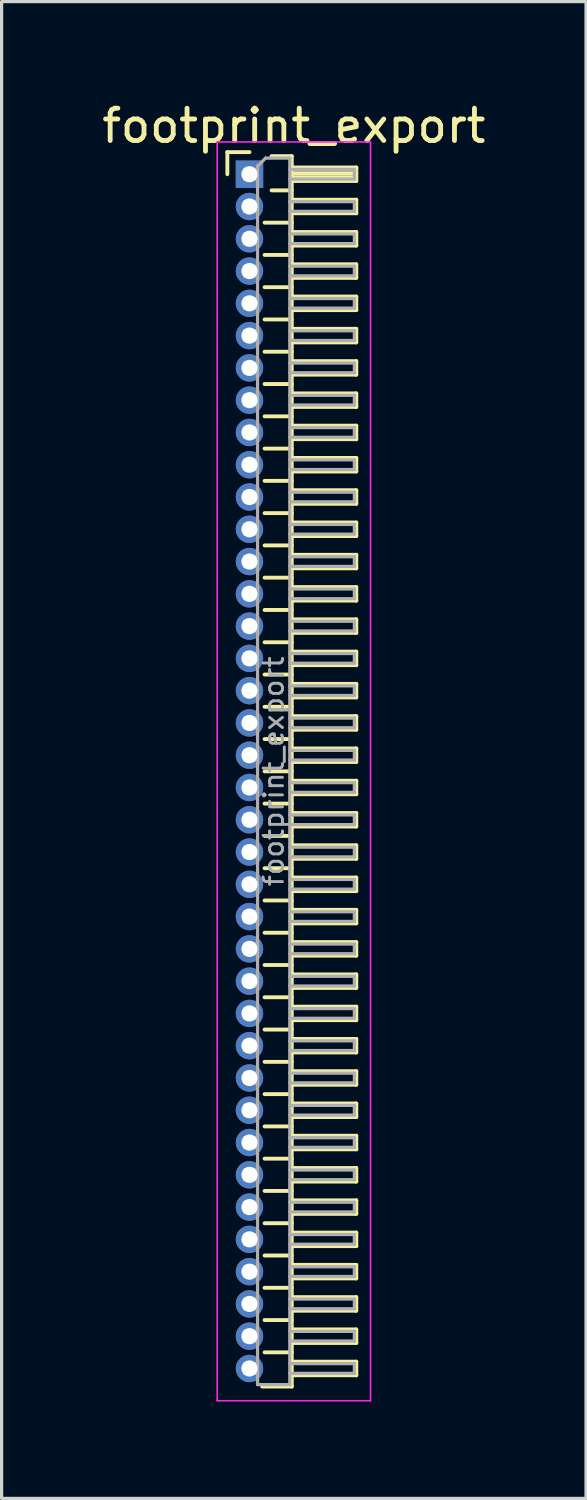
<source format=kicad_pcb>
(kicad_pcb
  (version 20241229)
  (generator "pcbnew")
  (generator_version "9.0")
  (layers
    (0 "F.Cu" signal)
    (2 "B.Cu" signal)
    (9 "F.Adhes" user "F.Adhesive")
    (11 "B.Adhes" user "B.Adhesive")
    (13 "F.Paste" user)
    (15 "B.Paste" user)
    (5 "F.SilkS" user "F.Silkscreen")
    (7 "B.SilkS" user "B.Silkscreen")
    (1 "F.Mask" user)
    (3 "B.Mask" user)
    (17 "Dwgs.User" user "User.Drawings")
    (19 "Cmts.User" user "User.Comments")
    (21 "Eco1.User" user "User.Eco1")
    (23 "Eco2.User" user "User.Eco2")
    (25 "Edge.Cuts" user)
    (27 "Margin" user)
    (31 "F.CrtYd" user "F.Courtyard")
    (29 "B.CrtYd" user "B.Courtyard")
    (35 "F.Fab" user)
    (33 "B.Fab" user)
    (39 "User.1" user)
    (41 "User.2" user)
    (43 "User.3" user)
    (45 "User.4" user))
  (footprint "footprint_export"
    (layer "F.Cu")
    (at 4.679 2.348)
    (property "Reference" "footprint_export" (at 1.375 -1.5 0) (layer "F.SilkS") (effects (font (size 1 1) (thickness 0.15))))
    (attr through_hole)
    (fp_line (start -0.685 -0.685) (end 0 -0.685) (stroke (width 0.12) (type solid)) (layer "F.SilkS"))
    (fp_line (start -0.685 0) (end -0.685 -0.685) (stroke (width 0.12) (type solid)) (layer "F.SilkS"))
    (fp_line (start 0.468 1.5) (end 1.31 1.5) (stroke (width 0.12) (type solid)) (layer "F.SilkS"))
    (fp_line (start 0.468 2.5) (end 1.31 2.5) (stroke (width 0.12) (type solid)) (layer "F.SilkS"))
    (fp_line (start 0.468 3.5) (end 1.31 3.5) (stroke (width 0.12) (type solid)) (layer "F.SilkS"))
    (fp_line (start 0.468 4.5) (end 1.31 4.5) (stroke (width 0.12) (type solid)) (layer "F.SilkS"))
    (fp_line (start 0.468 5.5) (end 1.31 5.5) (stroke (width 0.12) (type solid)) (layer "F.SilkS"))
    (fp_line (start 0.468 6.5) (end 1.31 6.5) (stroke (width 0.12) (type solid)) (layer "F.SilkS"))
    (fp_line (start 0.468 7.5) (end 1.31 7.5) (stroke (width 0.12) (type solid)) (layer "F.SilkS"))
    (fp_line (start 0.468 8.5) (end 1.31 8.5) (stroke (width 0.12) (type solid)) (layer "F.SilkS"))
    (fp_line (start 0.468 9.5) (end 1.31 9.5) (stroke (width 0.12) (type solid)) (layer "F.SilkS"))
    (fp_line (start 0.468 10.5) (end 1.31 10.5) (stroke (width 0.12) (type solid)) (layer "F.SilkS"))
    (fp_line (start 0.468 11.5) (end 1.31 11.5) (stroke (width 0.12) (type solid)) (layer "F.SilkS"))
    (fp_line (start 0.468 12.5) (end 1.31 12.5) (stroke (width 0.12) (type solid)) (layer "F.SilkS"))
    (fp_line (start 0.468 13.5) (end 1.31 13.5) (stroke (width 0.12) (type solid)) (layer "F.SilkS"))
    (fp_line (start 0.468 14.5) (end 1.31 14.5) (stroke (width 0.12) (type solid)) (layer "F.SilkS"))
    (fp_line (start 0.468 15.5) (end 1.31 15.5) (stroke (width 0.12) (type solid)) (layer "F.SilkS"))
    (fp_line (start 0.468 16.5) (end 1.31 16.5) (stroke (width 0.12) (type solid)) (layer "F.SilkS"))
    (fp_line (start 0.468 17.5) (end 1.31 17.5) (stroke (width 0.12) (type solid)) (layer "F.SilkS"))
    (fp_line (start 0.468 18.5) (end 1.31 18.5) (stroke (width 0.12) (type solid)) (layer "F.SilkS"))
    (fp_line (start 0.468 19.5) (end 1.31 19.5) (stroke (width 0.12) (type solid)) (layer "F.SilkS"))
    (fp_line (start 0.468 20.5) (end 1.31 20.5) (stroke (width 0.12) (type solid)) (layer "F.SilkS"))
    (fp_line (start 0.468 21.5) (end 1.31 21.5) (stroke (width 0.12) (type solid)) (layer "F.SilkS"))
    (fp_line (start 0.468 22.5) (end 1.31 22.5) (stroke (width 0.12) (type solid)) (layer "F.SilkS"))
    (fp_line (start 0.468 23.5) (end 1.31 23.5) (stroke (width 0.12) (type solid)) (layer "F.SilkS"))
    (fp_line (start 0.468 24.5) (end 1.31 24.5) (stroke (width 0.12) (type solid)) (layer "F.SilkS"))
    (fp_line (start 0.468 25.5) (end 1.31 25.5) (stroke (width 0.12) (type solid)) (layer "F.SilkS"))
    (fp_line (start 0.468 26.5) (end 1.31 26.5) (stroke (width 0.12) (type solid)) (layer "F.SilkS"))
    (fp_line (start 0.468 27.5) (end 1.31 27.5) (stroke (width 0.12) (type solid)) (layer "F.SilkS"))
    (fp_line (start 0.468 28.5) (end 1.31 28.5) (stroke (width 0.12) (type solid)) (layer "F.SilkS"))
    (fp_line (start 0.468 29.5) (end 1.31 29.5) (stroke (width 0.12) (type solid)) (layer "F.SilkS"))
    (fp_line (start 0.468 30.5) (end 1.31 30.5) (stroke (width 0.12) (type solid)) (layer "F.SilkS"))
    (fp_line (start 0.468 31.5) (end 1.31 31.5) (stroke (width 0.12) (type solid)) (layer "F.SilkS"))
    (fp_line (start 0.468 32.5) (end 1.31 32.5) (stroke (width 0.12) (type solid)) (layer "F.SilkS"))
    (fp_line (start 0.468 33.5) (end 1.31 33.5) (stroke (width 0.12) (type solid)) (layer "F.SilkS"))
    (fp_line (start 0.468 34.5) (end 1.31 34.5) (stroke (width 0.12) (type solid)) (layer "F.SilkS"))
    (fp_line (start 0.468 35.5) (end 1.31 35.5) (stroke (width 0.12) (type solid)) (layer "F.SilkS"))
    (fp_line (start 0.468 36.5) (end 1.31 36.5) (stroke (width 0.12) (type solid)) (layer "F.SilkS"))
    (fp_line (start 0.685 -0.56) (end 1.31 -0.56) (stroke (width 0.12) (type solid)) (layer "F.SilkS"))
    (fp_line (start 0.685 0.5) (end 1.31 0.5) (stroke (width 0.12) (type solid)) (layer "F.SilkS"))
    (fp_line (start 1.31 -0.56) (end 1.31 37.56) (stroke (width 0.12) (type solid)) (layer "F.SilkS"))
    (fp_line (start 1.31 -0.21) (end 3.31 -0.21) (stroke (width 0.12) (type solid)) (layer "F.SilkS"))
    (fp_line (start 1.31 -0.15) (end 3.31 -0.15) (stroke (width 0.12) (type solid)) (layer "F.SilkS"))
    (fp_line (start 1.31 -0.03) (end 3.31 -0.03) (stroke (width 0.12) (type solid)) (layer "F.SilkS"))
    (fp_line (start 1.31 0.09) (end 3.31 0.09) (stroke (width 0.12) (type solid)) (layer "F.SilkS"))
    (fp_line (start 1.31 0.79) (end 3.31 0.79) (stroke (width 0.12) (type solid)) (layer "F.SilkS"))
    (fp_line (start 1.31 1.79) (end 3.31 1.79) (stroke (width 0.12) (type solid)) (layer "F.SilkS"))
    (fp_line (start 1.31 2.79) (end 3.31 2.79) (stroke (width 0.12) (type solid)) (layer "F.SilkS"))
    (fp_line (start 1.31 3.79) (end 3.31 3.79) (stroke (width 0.12) (type solid)) (layer "F.SilkS"))
    (fp_line (start 1.31 4.79) (end 3.31 4.79) (stroke (width 0.12) (type solid)) (layer "F.SilkS"))
    (fp_line (start 1.31 5.79) (end 3.31 5.79) (stroke (width 0.12) (type solid)) (layer "F.SilkS"))
    (fp_line (start 1.31 6.79) (end 3.31 6.79) (stroke (width 0.12) (type solid)) (layer "F.SilkS"))
    (fp_line (start 1.31 7.79) (end 3.31 7.79) (stroke (width 0.12) (type solid)) (layer "F.SilkS"))
    (fp_line (start 1.31 8.79) (end 3.31 8.79) (stroke (width 0.12) (type solid)) (layer "F.SilkS"))
    (fp_line (start 1.31 9.79) (end 3.31 9.79) (stroke (width 0.12) (type solid)) (layer "F.SilkS"))
    (fp_line (start 1.31 10.79) (end 3.31 10.79) (stroke (width 0.12) (type solid)) (layer "F.SilkS"))
    (fp_line (start 1.31 11.79) (end 3.31 11.79) (stroke (width 0.12) (type solid)) (layer "F.SilkS"))
    (fp_line (start 1.31 12.79) (end 3.31 12.79) (stroke (width 0.12) (type solid)) (layer "F.SilkS"))
    (fp_line (start 1.31 13.79) (end 3.31 13.79) (stroke (width 0.12) (type solid)) (layer "F.SilkS"))
    (fp_line (start 1.31 14.79) (end 3.31 14.79) (stroke (width 0.12) (type solid)) (layer "F.SilkS"))
    (fp_line (start 1.31 15.79) (end 3.31 15.79) (stroke (width 0.12) (type solid)) (layer "F.SilkS"))
    (fp_line (start 1.31 16.79) (end 3.31 16.79) (stroke (width 0.12) (type solid)) (layer "F.SilkS"))
    (fp_line (start 1.31 17.79) (end 3.31 17.79) (stroke (width 0.12) (type solid)) (layer "F.SilkS"))
    (fp_line (start 1.31 18.79) (end 3.31 18.79) (stroke (width 0.12) (type solid)) (layer "F.SilkS"))
    (fp_line (start 1.31 19.79) (end 3.31 19.79) (stroke (width 0.12) (type solid)) (layer "F.SilkS"))
    (fp_line (start 1.31 20.79) (end 3.31 20.79) (stroke (width 0.12) (type solid)) (layer "F.SilkS"))
    (fp_line (start 1.31 21.79) (end 3.31 21.79) (stroke (width 0.12) (type solid)) (layer "F.SilkS"))
    (fp_line (start 1.31 22.79) (end 3.31 22.79) (stroke (width 0.12) (type solid)) (layer "F.SilkS"))
    (fp_line (start 1.31 23.79) (end 3.31 23.79) (stroke (width 0.12) (type solid)) (layer "F.SilkS"))
    (fp_line (start 1.31 24.79) (end 3.31 24.79) (stroke (width 0.12) (type solid)) (layer "F.SilkS"))
    (fp_line (start 1.31 25.79) (end 3.31 25.79) (stroke (width 0.12) (type solid)) (layer "F.SilkS"))
    (fp_line (start 1.31 26.79) (end 3.31 26.79) (stroke (width 0.12) (type solid)) (layer "F.SilkS"))
    (fp_line (start 1.31 27.79) (end 3.31 27.79) (stroke (width 0.12) (type solid)) (layer "F.SilkS"))
    (fp_line (start 1.31 28.79) (end 3.31 28.79) (stroke (width 0.12) (type solid)) (layer "F.SilkS"))
    (fp_line (start 1.31 29.79) (end 3.31 29.79) (stroke (width 0.12) (type solid)) (layer "F.SilkS"))
    (fp_line (start 1.31 30.79) (end 3.31 30.79) (stroke (width 0.12) (type solid)) (layer "F.SilkS"))
    (fp_line (start 1.31 31.79) (end 3.31 31.79) (stroke (width 0.12) (type solid)) (layer "F.SilkS"))
    (fp_line (start 1.31 32.79) (end 3.31 32.79) (stroke (width 0.12) (type solid)) (layer "F.SilkS"))
    (fp_line (start 1.31 33.79) (end 3.31 33.79) (stroke (width 0.12) (type solid)) (layer "F.SilkS"))
    (fp_line (start 1.31 34.79) (end 3.31 34.79) (stroke (width 0.12) (type solid)) (layer "F.SilkS"))
    (fp_line (start 1.31 35.79) (end 3.31 35.79) (stroke (width 0.12) (type solid)) (layer "F.SilkS"))
    (fp_line (start 1.31 36.79) (end 3.31 36.79) (stroke (width 0.12) (type solid)) (layer "F.SilkS"))
    (fp_line (start 1.31 37.56) (end 0.394 37.56) (stroke (width 0.12) (type solid)) (layer "F.SilkS"))
    (fp_line (start 3.31 -0.21) (end 3.31 0.21) (stroke (width 0.12) (type solid)) (layer "F.SilkS"))
    (fp_line (start 3.31 0.21) (end 1.31 0.21) (stroke (width 0.12) (type solid)) (layer "F.SilkS"))
    (fp_line (start 3.31 0.79) (end 3.31 1.21) (stroke (width 0.12) (type solid)) (layer "F.SilkS"))
    (fp_line (start 3.31 1.21) (end 1.31 1.21) (stroke (width 0.12) (type solid)) (layer "F.SilkS"))
    (fp_line (start 3.31 1.79) (end 3.31 2.21) (stroke (width 0.12) (type solid)) (layer "F.SilkS"))
    (fp_line (start 3.31 2.21) (end 1.31 2.21) (stroke (width 0.12) (type solid)) (layer "F.SilkS"))
    (fp_line (start 3.31 2.79) (end 3.31 3.21) (stroke (width 0.12) (type solid)) (layer "F.SilkS"))
    (fp_line (start 3.31 3.21) (end 1.31 3.21) (stroke (width 0.12) (type solid)) (layer "F.SilkS"))
    (fp_line (start 3.31 3.79) (end 3.31 4.21) (stroke (width 0.12) (type solid)) (layer "F.SilkS"))
    (fp_line (start 3.31 4.21) (end 1.31 4.21) (stroke (width 0.12) (type solid)) (layer "F.SilkS"))
    (fp_line (start 3.31 4.79) (end 3.31 5.21) (stroke (width 0.12) (type solid)) (layer "F.SilkS"))
    (fp_line (start 3.31 5.21) (end 1.31 5.21) (stroke (width 0.12) (type solid)) (layer "F.SilkS"))
    (fp_line (start 3.31 5.79) (end 3.31 6.21) (stroke (width 0.12) (type solid)) (layer "F.SilkS"))
    (fp_line (start 3.31 6.21) (end 1.31 6.21) (stroke (width 0.12) (type solid)) (layer "F.SilkS"))
    (fp_line (start 3.31 6.79) (end 3.31 7.21) (stroke (width 0.12) (type solid)) (layer "F.SilkS"))
    (fp_line (start 3.31 7.21) (end 1.31 7.21) (stroke (width 0.12) (type solid)) (layer "F.SilkS"))
    (fp_line (start 3.31 7.79) (end 3.31 8.21) (stroke (width 0.12) (type solid)) (layer "F.SilkS"))
    (fp_line (start 3.31 8.21) (end 1.31 8.21) (stroke (width 0.12) (type solid)) (layer "F.SilkS"))
    (fp_line (start 3.31 8.79) (end 3.31 9.21) (stroke (width 0.12) (type solid)) (layer "F.SilkS"))
    (fp_line (start 3.31 9.21) (end 1.31 9.21) (stroke (width 0.12) (type solid)) (layer "F.SilkS"))
    (fp_line (start 3.31 9.79) (end 3.31 10.21) (stroke (width 0.12) (type solid)) (layer "F.SilkS"))
    (fp_line (start 3.31 10.21) (end 1.31 10.21) (stroke (width 0.12) (type solid)) (layer "F.SilkS"))
    (fp_line (start 3.31 10.79) (end 3.31 11.21) (stroke (width 0.12) (type solid)) (layer "F.SilkS"))
    (fp_line (start 3.31 11.21) (end 1.31 11.21) (stroke (width 0.12) (type solid)) (layer "F.SilkS"))
    (fp_line (start 3.31 11.79) (end 3.31 12.21) (stroke (width 0.12) (type solid)) (layer "F.SilkS"))
    (fp_line (start 3.31 12.21) (end 1.31 12.21) (stroke (width 0.12) (type solid)) (layer "F.SilkS"))
    (fp_line (start 3.31 12.79) (end 3.31 13.21) (stroke (width 0.12) (type solid)) (layer "F.SilkS"))
    (fp_line (start 3.31 13.21) (end 1.31 13.21) (stroke (width 0.12) (type solid)) (layer "F.SilkS"))
    (fp_line (start 3.31 13.79) (end 3.31 14.21) (stroke (width 0.12) (type solid)) (layer "F.SilkS"))
    (fp_line (start 3.31 14.21) (end 1.31 14.21) (stroke (width 0.12) (type solid)) (layer "F.SilkS"))
    (fp_line (start 3.31 14.79) (end 3.31 15.21) (stroke (width 0.12) (type solid)) (layer "F.SilkS"))
    (fp_line (start 3.31 15.21) (end 1.31 15.21) (stroke (width 0.12) (type solid)) (layer "F.SilkS"))
    (fp_line (start 3.31 15.79) (end 3.31 16.21) (stroke (width 0.12) (type solid)) (layer "F.SilkS"))
    (fp_line (start 3.31 16.21) (end 1.31 16.21) (stroke (width 0.12) (type solid)) (layer "F.SilkS"))
    (fp_line (start 3.31 16.79) (end 3.31 17.21) (stroke (width 0.12) (type solid)) (layer "F.SilkS"))
    (fp_line (start 3.31 17.21) (end 1.31 17.21) (stroke (width 0.12) (type solid)) (layer "F.SilkS"))
    (fp_line (start 3.31 17.79) (end 3.31 18.21) (stroke (width 0.12) (type solid)) (layer "F.SilkS"))
    (fp_line (start 3.31 18.21) (end 1.31 18.21) (stroke (width 0.12) (type solid)) (layer "F.SilkS"))
    (fp_line (start 3.31 18.79) (end 3.31 19.21) (stroke (width 0.12) (type solid)) (layer "F.SilkS"))
    (fp_line (start 3.31 19.21) (end 1.31 19.21) (stroke (width 0.12) (type solid)) (layer "F.SilkS"))
    (fp_line (start 3.31 19.79) (end 3.31 20.21) (stroke (width 0.12) (type solid)) (layer "F.SilkS"))
    (fp_line (start 3.31 20.21) (end 1.31 20.21) (stroke (width 0.12) (type solid)) (layer "F.SilkS"))
    (fp_line (start 3.31 20.79) (end 3.31 21.21) (stroke (width 0.12) (type solid)) (layer "F.SilkS"))
    (fp_line (start 3.31 21.21) (end 1.31 21.21) (stroke (width 0.12) (type solid)) (layer "F.SilkS"))
    (fp_line (start 3.31 21.79) (end 3.31 22.21) (stroke (width 0.12) (type solid)) (layer "F.SilkS"))
    (fp_line (start 3.31 22.21) (end 1.31 22.21) (stroke (width 0.12) (type solid)) (layer "F.SilkS"))
    (fp_line (start 3.31 22.79) (end 3.31 23.21) (stroke (width 0.12) (type solid)) (layer "F.SilkS"))
    (fp_line (start 3.31 23.21) (end 1.31 23.21) (stroke (width 0.12) (type solid)) (layer "F.SilkS"))
    (fp_line (start 3.31 23.79) (end 3.31 24.21) (stroke (width 0.12) (type solid)) (layer "F.SilkS"))
    (fp_line (start 3.31 24.21) (end 1.31 24.21) (stroke (width 0.12) (type solid)) (layer "F.SilkS"))
    (fp_line (start 3.31 24.79) (end 3.31 25.21) (stroke (width 0.12) (type solid)) (layer "F.SilkS"))
    (fp_line (start 3.31 25.21) (end 1.31 25.21) (stroke (width 0.12) (type solid)) (layer "F.SilkS"))
    (fp_line (start 3.31 25.79) (end 3.31 26.21) (stroke (width 0.12) (type solid)) (layer "F.SilkS"))
    (fp_line (start 3.31 26.21) (end 1.31 26.21) (stroke (width 0.12) (type solid)) (layer "F.SilkS"))
    (fp_line (start 3.31 26.79) (end 3.31 27.21) (stroke (width 0.12) (type solid)) (layer "F.SilkS"))
    (fp_line (start 3.31 27.21) (end 1.31 27.21) (stroke (width 0.12) (type solid)) (layer "F.SilkS"))
    (fp_line (start 3.31 27.79) (end 3.31 28.21) (stroke (width 0.12) (type solid)) (layer "F.SilkS"))
    (fp_line (start 3.31 28.21) (end 1.31 28.21) (stroke (width 0.12) (type solid)) (layer "F.SilkS"))
    (fp_line (start 3.31 28.79) (end 3.31 29.21) (stroke (width 0.12) (type solid)) (layer "F.SilkS"))
    (fp_line (start 3.31 29.21) (end 1.31 29.21) (stroke (width 0.12) (type solid)) (layer "F.SilkS"))
    (fp_line (start 3.31 29.79) (end 3.31 30.21) (stroke (width 0.12) (type solid)) (layer "F.SilkS"))
    (fp_line (start 3.31 30.21) (end 1.31 30.21) (stroke (width 0.12) (type solid)) (layer "F.SilkS"))
    (fp_line (start 3.31 30.79) (end 3.31 31.21) (stroke (width 0.12) (type solid)) (layer "F.SilkS"))
    (fp_line (start 3.31 31.21) (end 1.31 31.21) (stroke (width 0.12) (type solid)) (layer "F.SilkS"))
    (fp_line (start 3.31 31.79) (end 3.31 32.21) (stroke (width 0.12) (type solid)) (layer "F.SilkS"))
    (fp_line (start 3.31 32.21) (end 1.31 32.21) (stroke (width 0.12) (type solid)) (layer "F.SilkS"))
    (fp_line (start 3.31 32.79) (end 3.31 33.21) (stroke (width 0.12) (type solid)) (layer "F.SilkS"))
    (fp_line (start 3.31 33.21) (end 1.31 33.21) (stroke (width 0.12) (type solid)) (layer "F.SilkS"))
    (fp_line (start 3.31 33.79) (end 3.31 34.21) (stroke (width 0.12) (type solid)) (layer "F.SilkS"))
    (fp_line (start 3.31 34.21) (end 1.31 34.21) (stroke (width 0.12) (type solid)) (layer "F.SilkS"))
    (fp_line (start 3.31 34.79) (end 3.31 35.21) (stroke (width 0.12) (type solid)) (layer "F.SilkS"))
    (fp_line (start 3.31 35.21) (end 1.31 35.21) (stroke (width 0.12) (type solid)) (layer "F.SilkS"))
    (fp_line (start 3.31 35.79) (end 3.31 36.21) (stroke (width 0.12) (type solid)) (layer "F.SilkS"))
    (fp_line (start 3.31 36.21) (end 1.31 36.21) (stroke (width 0.12) (type solid)) (layer "F.SilkS"))
    (fp_line (start 3.31 36.79) (end 3.31 37.21) (stroke (width 0.12) (type solid)) (layer "F.SilkS"))
    (fp_line (start 3.31 37.21) (end 1.31 37.21) (stroke (width 0.12) (type solid)) (layer "F.SilkS"))
    (fp_line (start -1 -1) (end -1 38) (stroke (width 0.05) (type solid)) (layer "F.CrtYd"))
    (fp_line (start -1 38) (end 3.75 38) (stroke (width 0.05) (type solid)) (layer "F.CrtYd"))
    (fp_line (start 3.75 -1) (end -1 -1) (stroke (width 0.05) (type solid)) (layer "F.CrtYd"))
    (fp_line (start 3.75 38) (end 3.75 -1) (stroke (width 0.05) (type solid)) (layer "F.CrtYd"))
    (fp_line (start -0.15 -0.15) (end -0.15 0.15) (stroke (width 0.1) (type solid)) (layer "F.Fab"))
    (fp_line (start -0.15 -0.15) (end 0.25 -0.15) (stroke (width 0.1) (type solid)) (layer "F.Fab"))
    (fp_line (start -0.15 0.15) (end 0.25 0.15) (stroke (width 0.1) (type solid)) (layer "F.Fab"))
    (fp_line (start -0.15 0.85) (end -0.15 1.15) (stroke (width 0.1) (type solid)) (layer "F.Fab"))
    (fp_line (start -0.15 0.85) (end 0.25 0.85) (stroke (width 0.1) (type solid)) (layer "F.Fab"))
    (fp_line (start -0.15 1.15) (end 0.25 1.15) (stroke (width 0.1) (type solid)) (layer "F.Fab"))
    (fp_line (start -0.15 1.85) (end -0.15 2.15) (stroke (width 0.1) (type solid)) (layer "F.Fab"))
    (fp_line (start -0.15 1.85) (end 0.25 1.85) (stroke (width 0.1) (type solid)) (layer "F.Fab"))
    (fp_line (start -0.15 2.15) (end 0.25 2.15) (stroke (width 0.1) (type solid)) (layer "F.Fab"))
    (fp_line (start -0.15 2.85) (end -0.15 3.15) (stroke (width 0.1) (type solid)) (layer "F.Fab"))
    (fp_line (start -0.15 2.85) (end 0.25 2.85) (stroke (width 0.1) (type solid)) (layer "F.Fab"))
    (fp_line (start -0.15 3.15) (end 0.25 3.15) (stroke (width 0.1) (type solid)) (layer "F.Fab"))
    (fp_line (start -0.15 3.85) (end -0.15 4.15) (stroke (width 0.1) (type solid)) (layer "F.Fab"))
    (fp_line (start -0.15 3.85) (end 0.25 3.85) (stroke (width 0.1) (type solid)) (layer "F.Fab"))
    (fp_line (start -0.15 4.15) (end 0.25 4.15) (stroke (width 0.1) (type solid)) (layer "F.Fab"))
    (fp_line (start -0.15 4.85) (end -0.15 5.15) (stroke (width 0.1) (type solid)) (layer "F.Fab"))
    (fp_line (start -0.15 4.85) (end 0.25 4.85) (stroke (width 0.1) (type solid)) (layer "F.Fab"))
    (fp_line (start -0.15 5.15) (end 0.25 5.15) (stroke (width 0.1) (type solid)) (layer "F.Fab"))
    (fp_line (start -0.15 5.85) (end -0.15 6.15) (stroke (width 0.1) (type solid)) (layer "F.Fab"))
    (fp_line (start -0.15 5.85) (end 0.25 5.85) (stroke (width 0.1) (type solid)) (layer "F.Fab"))
    (fp_line (start -0.15 6.15) (end 0.25 6.15) (stroke (width 0.1) (type solid)) (layer "F.Fab"))
    (fp_line (start -0.15 6.85) (end -0.15 7.15) (stroke (width 0.1) (type solid)) (layer "F.Fab"))
    (fp_line (start -0.15 6.85) (end 0.25 6.85) (stroke (width 0.1) (type solid)) (layer "F.Fab"))
    (fp_line (start -0.15 7.15) (end 0.25 7.15) (stroke (width 0.1) (type solid)) (layer "F.Fab"))
    (fp_line (start -0.15 7.85) (end -0.15 8.15) (stroke (width 0.1) (type solid)) (layer "F.Fab"))
    (fp_line (start -0.15 7.85) (end 0.25 7.85) (stroke (width 0.1) (type solid)) (layer "F.Fab"))
    (fp_line (start -0.15 8.15) (end 0.25 8.15) (stroke (width 0.1) (type solid)) (layer "F.Fab"))
    (fp_line (start -0.15 8.85) (end -0.15 9.15) (stroke (width 0.1) (type solid)) (layer "F.Fab"))
    (fp_line (start -0.15 8.85) (end 0.25 8.85) (stroke (width 0.1) (type solid)) (layer "F.Fab"))
    (fp_line (start -0.15 9.15) (end 0.25 9.15) (stroke (width 0.1) (type solid)) (layer "F.Fab"))
    (fp_line (start -0.15 9.85) (end -0.15 10.15) (stroke (width 0.1) (type solid)) (layer "F.Fab"))
    (fp_line (start -0.15 9.85) (end 0.25 9.85) (stroke (width 0.1) (type solid)) (layer "F.Fab"))
    (fp_line (start -0.15 10.15) (end 0.25 10.15) (stroke (width 0.1) (type solid)) (layer "F.Fab"))
    (fp_line (start -0.15 10.85) (end -0.15 11.15) (stroke (width 0.1) (type solid)) (layer "F.Fab"))
    (fp_line (start -0.15 10.85) (end 0.25 10.85) (stroke (width 0.1) (type solid)) (layer "F.Fab"))
    (fp_line (start -0.15 11.15) (end 0.25 11.15) (stroke (width 0.1) (type solid)) (layer "F.Fab"))
    (fp_line (start -0.15 11.85) (end -0.15 12.15) (stroke (width 0.1) (type solid)) (layer "F.Fab"))
    (fp_line (start -0.15 11.85) (end 0.25 11.85) (stroke (width 0.1) (type solid)) (layer "F.Fab"))
    (fp_line (start -0.15 12.15) (end 0.25 12.15) (stroke (width 0.1) (type solid)) (layer "F.Fab"))
    (fp_line (start -0.15 12.85) (end -0.15 13.15) (stroke (width 0.1) (type solid)) (layer "F.Fab"))
    (fp_line (start -0.15 12.85) (end 0.25 12.85) (stroke (width 0.1) (type solid)) (layer "F.Fab"))
    (fp_line (start -0.15 13.15) (end 0.25 13.15) (stroke (width 0.1) (type solid)) (layer "F.Fab"))
    (fp_line (start -0.15 13.85) (end -0.15 14.15) (stroke (width 0.1) (type solid)) (layer "F.Fab"))
    (fp_line (start -0.15 13.85) (end 0.25 13.85) (stroke (width 0.1) (type solid)) (layer "F.Fab"))
    (fp_line (start -0.15 14.15) (end 0.25 14.15) (stroke (width 0.1) (type solid)) (layer "F.Fab"))
    (fp_line (start -0.15 14.85) (end -0.15 15.15) (stroke (width 0.1) (type solid)) (layer "F.Fab"))
    (fp_line (start -0.15 14.85) (end 0.25 14.85) (stroke (width 0.1) (type solid)) (layer "F.Fab"))
    (fp_line (start -0.15 15.15) (end 0.25 15.15) (stroke (width 0.1) (type solid)) (layer "F.Fab"))
    (fp_line (start -0.15 15.85) (end -0.15 16.15) (stroke (width 0.1) (type solid)) (layer "F.Fab"))
    (fp_line (start -0.15 15.85) (end 0.25 15.85) (stroke (width 0.1) (type solid)) (layer "F.Fab"))
    (fp_line (start -0.15 16.15) (end 0.25 16.15) (stroke (width 0.1) (type solid)) (layer "F.Fab"))
    (fp_line (start -0.15 16.85) (end -0.15 17.15) (stroke (width 0.1) (type solid)) (layer "F.Fab"))
    (fp_line (start -0.15 16.85) (end 0.25 16.85) (stroke (width 0.1) (type solid)) (layer "F.Fab"))
    (fp_line (start -0.15 17.15) (end 0.25 17.15) (stroke (width 0.1) (type solid)) (layer "F.Fab"))
    (fp_line (start -0.15 17.85) (end -0.15 18.15) (stroke (width 0.1) (type solid)) (layer "F.Fab"))
    (fp_line (start -0.15 17.85) (end 0.25 17.85) (stroke (width 0.1) (type solid)) (layer "F.Fab"))
    (fp_line (start -0.15 18.15) (end 0.25 18.15) (stroke (width 0.1) (type solid)) (layer "F.Fab"))
    (fp_line (start -0.15 18.85) (end -0.15 19.15) (stroke (width 0.1) (type solid)) (layer "F.Fab"))
    (fp_line (start -0.15 18.85) (end 0.25 18.85) (stroke (width 0.1) (type solid)) (layer "F.Fab"))
    (fp_line (start -0.15 19.15) (end 0.25 19.15) (stroke (width 0.1) (type solid)) (layer "F.Fab"))
    (fp_line (start -0.15 19.85) (end -0.15 20.15) (stroke (width 0.1) (type solid)) (layer "F.Fab"))
    (fp_line (start -0.15 19.85) (end 0.25 19.85) (stroke (width 0.1) (type solid)) (layer "F.Fab"))
    (fp_line (start -0.15 20.15) (end 0.25 20.15) (stroke (width 0.1) (type solid)) (layer "F.Fab"))
    (fp_line (start -0.15 20.85) (end -0.15 21.15) (stroke (width 0.1) (type solid)) (layer "F.Fab"))
    (fp_line (start -0.15 20.85) (end 0.25 20.85) (stroke (width 0.1) (type solid)) (layer "F.Fab"))
    (fp_line (start -0.15 21.15) (end 0.25 21.15) (stroke (width 0.1) (type solid)) (layer "F.Fab"))
    (fp_line (start -0.15 21.85) (end -0.15 22.15) (stroke (width 0.1) (type solid)) (layer "F.Fab"))
    (fp_line (start -0.15 21.85) (end 0.25 21.85) (stroke (width 0.1) (type solid)) (layer "F.Fab"))
    (fp_line (start -0.15 22.15) (end 0.25 22.15) (stroke (width 0.1) (type solid)) (layer "F.Fab"))
    (fp_line (start -0.15 22.85) (end -0.15 23.15) (stroke (width 0.1) (type solid)) (layer "F.Fab"))
    (fp_line (start -0.15 22.85) (end 0.25 22.85) (stroke (width 0.1) (type solid)) (layer "F.Fab"))
    (fp_line (start -0.15 23.15) (end 0.25 23.15) (stroke (width 0.1) (type solid)) (layer "F.Fab"))
    (fp_line (start -0.15 23.85) (end -0.15 24.15) (stroke (width 0.1) (type solid)) (layer "F.Fab"))
    (fp_line (start -0.15 23.85) (end 0.25 23.85) (stroke (width 0.1) (type solid)) (layer "F.Fab"))
    (fp_line (start -0.15 24.15) (end 0.25 24.15) (stroke (width 0.1) (type solid)) (layer "F.Fab"))
    (fp_line (start -0.15 24.85) (end -0.15 25.15) (stroke (width 0.1) (type solid)) (layer "F.Fab"))
    (fp_line (start -0.15 24.85) (end 0.25 24.85) (stroke (width 0.1) (type solid)) (layer "F.Fab"))
    (fp_line (start -0.15 25.15) (end 0.25 25.15) (stroke (width 0.1) (type solid)) (layer "F.Fab"))
    (fp_line (start -0.15 25.85) (end -0.15 26.15) (stroke (width 0.1) (type solid)) (layer "F.Fab"))
    (fp_line (start -0.15 25.85) (end 0.25 25.85) (stroke (width 0.1) (type solid)) (layer "F.Fab"))
    (fp_line (start -0.15 26.15) (end 0.25 26.15) (stroke (width 0.1) (type solid)) (layer "F.Fab"))
    (fp_line (start -0.15 26.85) (end -0.15 27.15) (stroke (width 0.1) (type solid)) (layer "F.Fab"))
    (fp_line (start -0.15 26.85) (end 0.25 26.85) (stroke (width 0.1) (type solid)) (layer "F.Fab"))
    (fp_line (start -0.15 27.15) (end 0.25 27.15) (stroke (width 0.1) (type solid)) (layer "F.Fab"))
    (fp_line (start -0.15 27.85) (end -0.15 28.15) (stroke (width 0.1) (type solid)) (layer "F.Fab"))
    (fp_line (start -0.15 27.85) (end 0.25 27.85) (stroke (width 0.1) (type solid)) (layer "F.Fab"))
    (fp_line (start -0.15 28.15) (end 0.25 28.15) (stroke (width 0.1) (type solid)) (layer "F.Fab"))
    (fp_line (start -0.15 28.85) (end -0.15 29.15) (stroke (width 0.1) (type solid)) (layer "F.Fab"))
    (fp_line (start -0.15 28.85) (end 0.25 28.85) (stroke (width 0.1) (type solid)) (layer "F.Fab"))
    (fp_line (start -0.15 29.15) (end 0.25 29.15) (stroke (width 0.1) (type solid)) (layer "F.Fab"))
    (fp_line (start -0.15 29.85) (end -0.15 30.15) (stroke (width 0.1) (type solid)) (layer "F.Fab"))
    (fp_line (start -0.15 29.85) (end 0.25 29.85) (stroke (width 0.1) (type solid)) (layer "F.Fab"))
    (fp_line (start -0.15 30.15) (end 0.25 30.15) (stroke (width 0.1) (type solid)) (layer "F.Fab"))
    (fp_line (start -0.15 30.85) (end -0.15 31.15) (stroke (width 0.1) (type solid)) (layer "F.Fab"))
    (fp_line (start -0.15 30.85) (end 0.25 30.85) (stroke (width 0.1) (type solid)) (layer "F.Fab"))
    (fp_line (start -0.15 31.15) (end 0.25 31.15) (stroke (width 0.1) (type solid)) (layer "F.Fab"))
    (fp_line (start -0.15 31.85) (end -0.15 32.15) (stroke (width 0.1) (type solid)) (layer "F.Fab"))
    (fp_line (start -0.15 31.85) (end 0.25 31.85) (stroke (width 0.1) (type solid)) (layer "F.Fab"))
    (fp_line (start -0.15 32.15) (end 0.25 32.15) (stroke (width 0.1) (type solid)) (layer "F.Fab"))
    (fp_line (start -0.15 32.85) (end -0.15 33.15) (stroke (width 0.1) (type solid)) (layer "F.Fab"))
    (fp_line (start -0.15 32.85) (end 0.25 32.85) (stroke (width 0.1) (type solid)) (layer "F.Fab"))
    (fp_line (start -0.15 33.15) (end 0.25 33.15) (stroke (width 0.1) (type solid)) (layer "F.Fab"))
    (fp_line (start -0.15 33.85) (end -0.15 34.15) (stroke (width 0.1) (type solid)) (layer "F.Fab"))
    (fp_line (start -0.15 33.85) (end 0.25 33.85) (stroke (width 0.1) (type solid)) (layer "F.Fab"))
    (fp_line (start -0.15 34.15) (end 0.25 34.15) (stroke (width 0.1) (type solid)) (layer "F.Fab"))
    (fp_line (start -0.15 34.85) (end -0.15 35.15) (stroke (width 0.1) (type solid)) (layer "F.Fab"))
    (fp_line (start -0.15 34.85) (end 0.25 34.85) (stroke (width 0.1) (type solid)) (layer "F.Fab"))
    (fp_line (start -0.15 35.15) (end 0.25 35.15) (stroke (width 0.1) (type solid)) (layer "F.Fab"))
    (fp_line (start -0.15 35.85) (end -0.15 36.15) (stroke (width 0.1) (type solid)) (layer "F.Fab"))
    (fp_line (start -0.15 35.85) (end 0.25 35.85) (stroke (width 0.1) (type solid)) (layer "F.Fab"))
    (fp_line (start -0.15 36.15) (end 0.25 36.15) (stroke (width 0.1) (type solid)) (layer "F.Fab"))
    (fp_line (start -0.15 36.85) (end -0.15 37.15) (stroke (width 0.1) (type solid)) (layer "F.Fab"))
    (fp_line (start -0.15 36.85) (end 0.25 36.85) (stroke (width 0.1) (type solid)) (layer "F.Fab"))
    (fp_line (start -0.15 37.15) (end 0.25 37.15) (stroke (width 0.1) (type solid)) (layer "F.Fab"))
    (fp_line (start 0.25 -0.25) (end 0.5 -0.5) (stroke (width 0.1) (type solid)) (layer "F.Fab"))
    (fp_line (start 0.25 37.5) (end 0.25 -0.25) (stroke (width 0.1) (type solid)) (layer "F.Fab"))
    (fp_line (start 0.5 -0.5) (end 1.25 -0.5) (stroke (width 0.1) (type solid)) (layer "F.Fab"))
    (fp_line (start 1.25 -0.5) (end 1.25 37.5) (stroke (width 0.1) (type solid)) (layer "F.Fab"))
    (fp_line (start 1.25 -0.15) (end 3.25 -0.15) (stroke (width 0.1) (type solid)) (layer "F.Fab"))
    (fp_line (start 1.25 0.15) (end 3.25 0.15) (stroke (width 0.1) (type solid)) (layer "F.Fab"))
    (fp_line (start 1.25 0.85) (end 3.25 0.85) (stroke (width 0.1) (type solid)) (layer "F.Fab"))
    (fp_line (start 1.25 1.15) (end 3.25 1.15) (stroke (width 0.1) (type solid)) (layer "F.Fab"))
    (fp_line (start 1.25 1.85) (end 3.25 1.85) (stroke (width 0.1) (type solid)) (layer "F.Fab"))
    (fp_line (start 1.25 2.15) (end 3.25 2.15) (stroke (width 0.1) (type solid)) (layer "F.Fab"))
    (fp_line (start 1.25 2.85) (end 3.25 2.85) (stroke (width 0.1) (type solid)) (layer "F.Fab"))
    (fp_line (start 1.25 3.15) (end 3.25 3.15) (stroke (width 0.1) (type solid)) (layer "F.Fab"))
    (fp_line (start 1.25 3.85) (end 3.25 3.85) (stroke (width 0.1) (type solid)) (layer "F.Fab"))
    (fp_line (start 1.25 4.15) (end 3.25 4.15) (stroke (width 0.1) (type solid)) (layer "F.Fab"))
    (fp_line (start 1.25 4.85) (end 3.25 4.85) (stroke (width 0.1) (type solid)) (layer "F.Fab"))
    (fp_line (start 1.25 5.15) (end 3.25 5.15) (stroke (width 0.1) (type solid)) (layer "F.Fab"))
    (fp_line (start 1.25 5.85) (end 3.25 5.85) (stroke (width 0.1) (type solid)) (layer "F.Fab"))
    (fp_line (start 1.25 6.15) (end 3.25 6.15) (stroke (width 0.1) (type solid)) (layer "F.Fab"))
    (fp_line (start 1.25 6.85) (end 3.25 6.85) (stroke (width 0.1) (type solid)) (layer "F.Fab"))
    (fp_line (start 1.25 7.15) (end 3.25 7.15) (stroke (width 0.1) (type solid)) (layer "F.Fab"))
    (fp_line (start 1.25 7.85) (end 3.25 7.85) (stroke (width 0.1) (type solid)) (layer "F.Fab"))
    (fp_line (start 1.25 8.15) (end 3.25 8.15) (stroke (width 0.1) (type solid)) (layer "F.Fab"))
    (fp_line (start 1.25 8.85) (end 3.25 8.85) (stroke (width 0.1) (type solid)) (layer "F.Fab"))
    (fp_line (start 1.25 9.15) (end 3.25 9.15) (stroke (width 0.1) (type solid)) (layer "F.Fab"))
    (fp_line (start 1.25 9.85) (end 3.25 9.85) (stroke (width 0.1) (type solid)) (layer "F.Fab"))
    (fp_line (start 1.25 10.15) (end 3.25 10.15) (stroke (width 0.1) (type solid)) (layer "F.Fab"))
    (fp_line (start 1.25 10.85) (end 3.25 10.85) (stroke (width 0.1) (type solid)) (layer "F.Fab"))
    (fp_line (start 1.25 11.15) (end 3.25 11.15) (stroke (width 0.1) (type solid)) (layer "F.Fab"))
    (fp_line (start 1.25 11.85) (end 3.25 11.85) (stroke (width 0.1) (type solid)) (layer "F.Fab"))
    (fp_line (start 1.25 12.15) (end 3.25 12.15) (stroke (width 0.1) (type solid)) (layer "F.Fab"))
    (fp_line (start 1.25 12.85) (end 3.25 12.85) (stroke (width 0.1) (type solid)) (layer "F.Fab"))
    (fp_line (start 1.25 13.15) (end 3.25 13.15) (stroke (width 0.1) (type solid)) (layer "F.Fab"))
    (fp_line (start 1.25 13.85) (end 3.25 13.85) (stroke (width 0.1) (type solid)) (layer "F.Fab"))
    (fp_line (start 1.25 14.15) (end 3.25 14.15) (stroke (width 0.1) (type solid)) (layer "F.Fab"))
    (fp_line (start 1.25 14.85) (end 3.25 14.85) (stroke (width 0.1) (type solid)) (layer "F.Fab"))
    (fp_line (start 1.25 15.15) (end 3.25 15.15) (stroke (width 0.1) (type solid)) (layer "F.Fab"))
    (fp_line (start 1.25 15.85) (end 3.25 15.85) (stroke (width 0.1) (type solid)) (layer "F.Fab"))
    (fp_line (start 1.25 16.15) (end 3.25 16.15) (stroke (width 0.1) (type solid)) (layer "F.Fab"))
    (fp_line (start 1.25 16.85) (end 3.25 16.85) (stroke (width 0.1) (type solid)) (layer "F.Fab"))
    (fp_line (start 1.25 17.15) (end 3.25 17.15) (stroke (width 0.1) (type solid)) (layer "F.Fab"))
    (fp_line (start 1.25 17.85) (end 3.25 17.85) (stroke (width 0.1) (type solid)) (layer "F.Fab"))
    (fp_line (start 1.25 18.15) (end 3.25 18.15) (stroke (width 0.1) (type solid)) (layer "F.Fab"))
    (fp_line (start 1.25 18.85) (end 3.25 18.85) (stroke (width 0.1) (type solid)) (layer "F.Fab"))
    (fp_line (start 1.25 19.15) (end 3.25 19.15) (stroke (width 0.1) (type solid)) (layer "F.Fab"))
    (fp_line (start 1.25 19.85) (end 3.25 19.85) (stroke (width 0.1) (type solid)) (layer "F.Fab"))
    (fp_line (start 1.25 20.15) (end 3.25 20.15) (stroke (width 0.1) (type solid)) (layer "F.Fab"))
    (fp_line (start 1.25 20.85) (end 3.25 20.85) (stroke (width 0.1) (type solid)) (layer "F.Fab"))
    (fp_line (start 1.25 21.15) (end 3.25 21.15) (stroke (width 0.1) (type solid)) (layer "F.Fab"))
    (fp_line (start 1.25 21.85) (end 3.25 21.85) (stroke (width 0.1) (type solid)) (layer "F.Fab"))
    (fp_line (start 1.25 22.15) (end 3.25 22.15) (stroke (width 0.1) (type solid)) (layer "F.Fab"))
    (fp_line (start 1.25 22.85) (end 3.25 22.85) (stroke (width 0.1) (type solid)) (layer "F.Fab"))
    (fp_line (start 1.25 23.15) (end 3.25 23.15) (stroke (width 0.1) (type solid)) (layer "F.Fab"))
    (fp_line (start 1.25 23.85) (end 3.25 23.85) (stroke (width 0.1) (type solid)) (layer "F.Fab"))
    (fp_line (start 1.25 24.15) (end 3.25 24.15) (stroke (width 0.1) (type solid)) (layer "F.Fab"))
    (fp_line (start 1.25 24.85) (end 3.25 24.85) (stroke (width 0.1) (type solid)) (layer "F.Fab"))
    (fp_line (start 1.25 25.15) (end 3.25 25.15) (stroke (width 0.1) (type solid)) (layer "F.Fab"))
    (fp_line (start 1.25 25.85) (end 3.25 25.85) (stroke (width 0.1) (type solid)) (layer "F.Fab"))
    (fp_line (start 1.25 26.15) (end 3.25 26.15) (stroke (width 0.1) (type solid)) (layer "F.Fab"))
    (fp_line (start 1.25 26.85) (end 3.25 26.85) (stroke (width 0.1) (type solid)) (layer "F.Fab"))
    (fp_line (start 1.25 27.15) (end 3.25 27.15) (stroke (width 0.1) (type solid)) (layer "F.Fab"))
    (fp_line (start 1.25 27.85) (end 3.25 27.85) (stroke (width 0.1) (type solid)) (layer "F.Fab"))
    (fp_line (start 1.25 28.15) (end 3.25 28.15) (stroke (width 0.1) (type solid)) (layer "F.Fab"))
    (fp_line (start 1.25 28.85) (end 3.25 28.85) (stroke (width 0.1) (type solid)) (layer "F.Fab"))
    (fp_line (start 1.25 29.15) (end 3.25 29.15) (stroke (width 0.1) (type solid)) (layer "F.Fab"))
    (fp_line (start 1.25 29.85) (end 3.25 29.85) (stroke (width 0.1) (type solid)) (layer "F.Fab"))
    (fp_line (start 1.25 30.15) (end 3.25 30.15) (stroke (width 0.1) (type solid)) (layer "F.Fab"))
    (fp_line (start 1.25 30.85) (end 3.25 30.85) (stroke (width 0.1) (type solid)) (layer "F.Fab"))
    (fp_line (start 1.25 31.15) (end 3.25 31.15) (stroke (width 0.1) (type solid)) (layer "F.Fab"))
    (fp_line (start 1.25 31.85) (end 3.25 31.85) (stroke (width 0.1) (type solid)) (layer "F.Fab"))
    (fp_line (start 1.25 32.15) (end 3.25 32.15) (stroke (width 0.1) (type solid)) (layer "F.Fab"))
    (fp_line (start 1.25 32.85) (end 3.25 32.85) (stroke (width 0.1) (type solid)) (layer "F.Fab"))
    (fp_line (start 1.25 33.15) (end 3.25 33.15) (stroke (width 0.1) (type solid)) (layer "F.Fab"))
    (fp_line (start 1.25 33.85) (end 3.25 33.85) (stroke (width 0.1) (type solid)) (layer "F.Fab"))
    (fp_line (start 1.25 34.15) (end 3.25 34.15) (stroke (width 0.1) (type solid)) (layer "F.Fab"))
    (fp_line (start 1.25 34.85) (end 3.25 34.85) (stroke (width 0.1) (type solid)) (layer "F.Fab"))
    (fp_line (start 1.25 35.15) (end 3.25 35.15) (stroke (width 0.1) (type solid)) (layer "F.Fab"))
    (fp_line (start 1.25 35.85) (end 3.25 35.85) (stroke (width 0.1) (type solid)) (layer "F.Fab"))
    (fp_line (start 1.25 36.15) (end 3.25 36.15) (stroke (width 0.1) (type solid)) (layer "F.Fab"))
    (fp_line (start 1.25 36.85) (end 3.25 36.85) (stroke (width 0.1) (type solid)) (layer "F.Fab"))
    (fp_line (start 1.25 37.15) (end 3.25 37.15) (stroke (width 0.1) (type solid)) (layer "F.Fab"))
    (fp_line (start 1.25 37.5) (end 0.25 37.5) (stroke (width 0.1) (type solid)) (layer "F.Fab"))
    (fp_line (start 3.25 -0.15) (end 3.25 0.15) (stroke (width 0.1) (type solid)) (layer "F.Fab"))
    (fp_line (start 3.25 0.85) (end 3.25 1.15) (stroke (width 0.1) (type solid)) (layer "F.Fab"))
    (fp_line (start 3.25 1.85) (end 3.25 2.15) (stroke (width 0.1) (type solid)) (layer "F.Fab"))
    (fp_line (start 3.25 2.85) (end 3.25 3.15) (stroke (width 0.1) (type solid)) (layer "F.Fab"))
    (fp_line (start 3.25 3.85) (end 3.25 4.15) (stroke (width 0.1) (type solid)) (layer "F.Fab"))
    (fp_line (start 3.25 4.85) (end 3.25 5.15) (stroke (width 0.1) (type solid)) (layer "F.Fab"))
    (fp_line (start 3.25 5.85) (end 3.25 6.15) (stroke (width 0.1) (type solid)) (layer "F.Fab"))
    (fp_line (start 3.25 6.85) (end 3.25 7.15) (stroke (width 0.1) (type solid)) (layer "F.Fab"))
    (fp_line (start 3.25 7.85) (end 3.25 8.15) (stroke (width 0.1) (type solid)) (layer "F.Fab"))
    (fp_line (start 3.25 8.85) (end 3.25 9.15) (stroke (width 0.1) (type solid)) (layer "F.Fab"))
    (fp_line (start 3.25 9.85) (end 3.25 10.15) (stroke (width 0.1) (type solid)) (layer "F.Fab"))
    (fp_line (start 3.25 10.85) (end 3.25 11.15) (stroke (width 0.1) (type solid)) (layer "F.Fab"))
    (fp_line (start 3.25 11.85) (end 3.25 12.15) (stroke (width 0.1) (type solid)) (layer "F.Fab"))
    (fp_line (start 3.25 12.85) (end 3.25 13.15) (stroke (width 0.1) (type solid)) (layer "F.Fab"))
    (fp_line (start 3.25 13.85) (end 3.25 14.15) (stroke (width 0.1) (type solid)) (layer "F.Fab"))
    (fp_line (start 3.25 14.85) (end 3.25 15.15) (stroke (width 0.1) (type solid)) (layer "F.Fab"))
    (fp_line (start 3.25 15.85) (end 3.25 16.15) (stroke (width 0.1) (type solid)) (layer "F.Fab"))
    (fp_line (start 3.25 16.85) (end 3.25 17.15) (stroke (width 0.1) (type solid)) (layer "F.Fab"))
    (fp_line (start 3.25 17.85) (end 3.25 18.15) (stroke (width 0.1) (type solid)) (layer "F.Fab"))
    (fp_line (start 3.25 18.85) (end 3.25 19.15) (stroke (width 0.1) (type solid)) (layer "F.Fab"))
    (fp_line (start 3.25 19.85) (end 3.25 20.15) (stroke (width 0.1) (type solid)) (layer "F.Fab"))
    (fp_line (start 3.25 20.85) (end 3.25 21.15) (stroke (width 0.1) (type solid)) (layer "F.Fab"))
    (fp_line (start 3.25 21.85) (end 3.25 22.15) (stroke (width 0.1) (type solid)) (layer "F.Fab"))
    (fp_line (start 3.25 22.85) (end 3.25 23.15) (stroke (width 0.1) (type solid)) (layer "F.Fab"))
    (fp_line (start 3.25 23.85) (end 3.25 24.15) (stroke (width 0.1) (type solid)) (layer "F.Fab"))
    (fp_line (start 3.25 24.85) (end 3.25 25.15) (stroke (width 0.1) (type solid)) (layer "F.Fab"))
    (fp_line (start 3.25 25.85) (end 3.25 26.15) (stroke (width 0.1) (type solid)) (layer "F.Fab"))
    (fp_line (start 3.25 26.85) (end 3.25 27.15) (stroke (width 0.1) (type solid)) (layer "F.Fab"))
    (fp_line (start 3.25 27.85) (end 3.25 28.15) (stroke (width 0.1) (type solid)) (layer "F.Fab"))
    (fp_line (start 3.25 28.85) (end 3.25 29.15) (stroke (width 0.1) (type solid)) (layer "F.Fab"))
    (fp_line (start 3.25 29.85) (end 3.25 30.15) (stroke (width 0.1) (type solid)) (layer "F.Fab"))
    (fp_line (start 3.25 30.85) (end 3.25 31.15) (stroke (width 0.1) (type solid)) (layer "F.Fab"))
    (fp_line (start 3.25 31.85) (end 3.25 32.15) (stroke (width 0.1) (type solid)) (layer "F.Fab"))
    (fp_line (start 3.25 32.85) (end 3.25 33.15) (stroke (width 0.1) (type solid)) (layer "F.Fab"))
    (fp_line (start 3.25 33.85) (end 3.25 34.15) (stroke (width 0.1) (type solid)) (layer "F.Fab"))
    (fp_line (start 3.25 34.85) (end 3.25 35.15) (stroke (width 0.1) (type solid)) (layer "F.Fab"))
    (fp_line (start 3.25 35.85) (end 3.25 36.15) (stroke (width 0.1) (type solid)) (layer "F.Fab"))
    (fp_line (start 3.25 36.85) (end 3.25 37.15) (stroke (width 0.1) (type solid)) (layer "F.Fab"))
    (fp_text user "${REFERENCE}" (at 0.75 18.5 90) (layer "F.Fab") (effects (font (size 0.6 0.6) (thickness 0.09))))
    (pad "1" thru_hole rect (at 0 0) (size 0.85 0.85) (drill 0.5) (layers "*.Cu" "*.Mask"))
    (pad "2" thru_hole oval (at 0 1) (size 0.85 0.85) (drill 0.5) (layers "*.Cu" "*.Mask"))
    (pad "3" thru_hole oval (at 0 2) (size 0.85 0.85) (drill 0.5) (layers "*.Cu" "*.Mask"))
    (pad "4" thru_hole oval (at 0 3) (size 0.85 0.85) (drill 0.5) (layers "*.Cu" "*.Mask"))
    (pad "5" thru_hole oval (at 0 4) (size 0.85 0.85) (drill 0.5) (layers "*.Cu" "*.Mask"))
    (pad "6" thru_hole oval (at 0 5) (size 0.85 0.85) (drill 0.5) (layers "*.Cu" "*.Mask"))
    (pad "7" thru_hole oval (at 0 6) (size 0.85 0.85) (drill 0.5) (layers "*.Cu" "*.Mask"))
    (pad "8" thru_hole oval (at 0 7) (size 0.85 0.85) (drill 0.5) (layers "*.Cu" "*.Mask"))
    (pad "9" thru_hole oval (at 0 8) (size 0.85 0.85) (drill 0.5) (layers "*.Cu" "*.Mask"))
    (pad "10" thru_hole oval (at 0 9) (size 0.85 0.85) (drill 0.5) (layers "*.Cu" "*.Mask"))
    (pad "11" thru_hole oval (at 0 10) (size 0.85 0.85) (drill 0.5) (layers "*.Cu" "*.Mask"))
    (pad "12" thru_hole oval (at 0 11) (size 0.85 0.85) (drill 0.5) (layers "*.Cu" "*.Mask"))
    (pad "13" thru_hole oval (at 0 12) (size 0.85 0.85) (drill 0.5) (layers "*.Cu" "*.Mask"))
    (pad "14" thru_hole oval (at 0 13) (size 0.85 0.85) (drill 0.5) (layers "*.Cu" "*.Mask"))
    (pad "15" thru_hole oval (at 0 14) (size 0.85 0.85) (drill 0.5) (layers "*.Cu" "*.Mask"))
    (pad "16" thru_hole oval (at 0 15) (size 0.85 0.85) (drill 0.5) (layers "*.Cu" "*.Mask"))
    (pad "17" thru_hole oval (at 0 16) (size 0.85 0.85) (drill 0.5) (layers "*.Cu" "*.Mask"))
    (pad "18" thru_hole oval (at 0 17) (size 0.85 0.85) (drill 0.5) (layers "*.Cu" "*.Mask"))
    (pad "19" thru_hole oval (at 0 18) (size 0.85 0.85) (drill 0.5) (layers "*.Cu" "*.Mask"))
    (pad "20" thru_hole oval (at 0 19) (size 0.85 0.85) (drill 0.5) (layers "*.Cu" "*.Mask"))
    (pad "21" thru_hole oval (at 0 20) (size 0.85 0.85) (drill 0.5) (layers "*.Cu" "*.Mask"))
    (pad "22" thru_hole oval (at 0 21) (size 0.85 0.85) (drill 0.5) (layers "*.Cu" "*.Mask"))
    (pad "23" thru_hole oval (at 0 22) (size 0.85 0.85) (drill 0.5) (layers "*.Cu" "*.Mask"))
    (pad "24" thru_hole oval (at 0 23) (size 0.85 0.85) (drill 0.5) (layers "*.Cu" "*.Mask"))
    (pad "25" thru_hole oval (at 0 24) (size 0.85 0.85) (drill 0.5) (layers "*.Cu" "*.Mask"))
    (pad "26" thru_hole oval (at 0 25) (size 0.85 0.85) (drill 0.5) (layers "*.Cu" "*.Mask"))
    (pad "27" thru_hole oval (at 0 26) (size 0.85 0.85) (drill 0.5) (layers "*.Cu" "*.Mask"))
    (pad "28" thru_hole oval (at 0 27) (size 0.85 0.85) (drill 0.5) (layers "*.Cu" "*.Mask"))
    (pad "29" thru_hole oval (at 0 28) (size 0.85 0.85) (drill 0.5) (layers "*.Cu" "*.Mask"))
    (pad "30" thru_hole oval (at 0 29) (size 0.85 0.85) (drill 0.5) (layers "*.Cu" "*.Mask"))
    (pad "31" thru_hole oval (at 0 30) (size 0.85 0.85) (drill 0.5) (layers "*.Cu" "*.Mask"))
    (pad "32" thru_hole oval (at 0 31) (size 0.85 0.85) (drill 0.5) (layers "*.Cu" "*.Mask"))
    (pad "33" thru_hole oval (at 0 32) (size 0.85 0.85) (drill 0.5) (layers "*.Cu" "*.Mask"))
    (pad "34" thru_hole oval (at 0 33) (size 0.85 0.85) (drill 0.5) (layers "*.Cu" "*.Mask"))
    (pad "35" thru_hole oval (at 0 34) (size 0.85 0.85) (drill 0.5) (layers "*.Cu" "*.Mask"))
    (pad "36" thru_hole oval (at 0 35) (size 0.85 0.85) (drill 0.5) (layers "*.Cu" "*.Mask"))
    (pad "37" thru_hole oval (at 0 36) (size 0.85 0.85) (drill 0.5) (layers "*.Cu" "*.Mask"))
    (pad "38" thru_hole oval (at 0 37) (size 0.85 0.85) (drill 0.5) (layers "*.Cu" "*.Mask")))
  (gr_rect
    (start -3 -3)
    (end 15.107 43.373)
    (stroke (width 0.1) (type default))
    (fill no)
    (layer "Edge.Cuts")))
</source>
